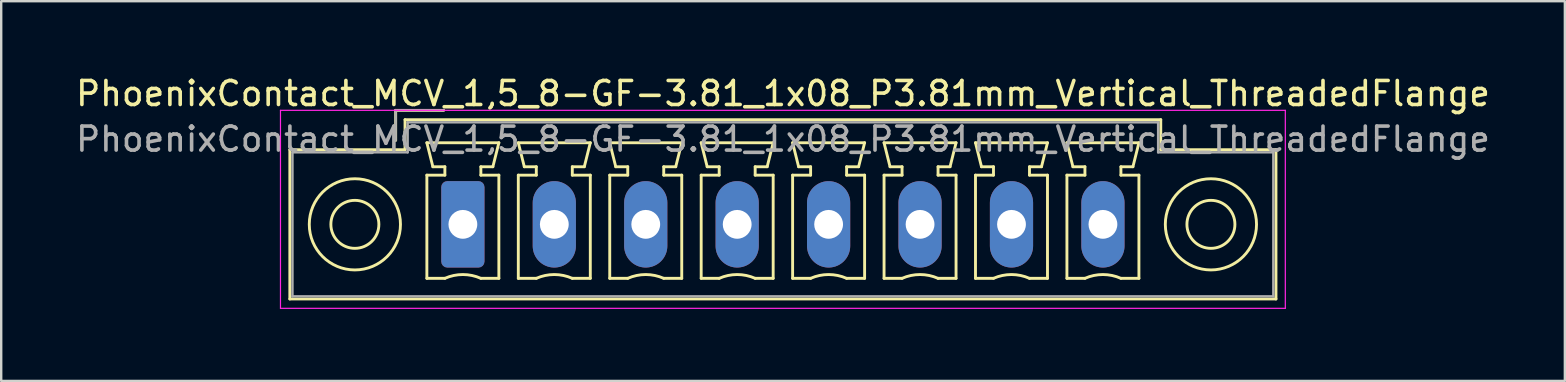
<source format=kicad_pcb>
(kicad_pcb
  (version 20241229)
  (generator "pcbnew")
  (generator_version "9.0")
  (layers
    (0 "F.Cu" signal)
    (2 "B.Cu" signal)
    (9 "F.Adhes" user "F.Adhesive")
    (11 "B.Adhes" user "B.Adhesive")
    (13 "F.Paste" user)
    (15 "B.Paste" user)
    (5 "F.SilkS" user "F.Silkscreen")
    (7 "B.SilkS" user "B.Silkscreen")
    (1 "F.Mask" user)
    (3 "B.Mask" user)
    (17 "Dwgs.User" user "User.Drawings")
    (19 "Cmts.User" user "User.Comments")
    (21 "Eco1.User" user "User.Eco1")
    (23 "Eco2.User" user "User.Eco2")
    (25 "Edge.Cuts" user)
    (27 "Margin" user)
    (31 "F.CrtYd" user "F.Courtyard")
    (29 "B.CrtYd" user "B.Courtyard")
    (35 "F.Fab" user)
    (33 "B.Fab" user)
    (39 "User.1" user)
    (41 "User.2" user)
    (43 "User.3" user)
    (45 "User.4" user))
  (footprint "PhoenixContact_MCV_1,5_8-GF-3.81_1x08_P3.81mm_Vertical_ThreadedFlange"
    (layer "F.Cu")
    (at 16.237 6.298)
    (property "Reference" "PhoenixContact_MCV_1,5_8-GF-3.81_1x08_P3.81mm_Vertical_ThreadedFlange" (at 13.34 -5.45 0) (layer "F.SilkS") (effects (font (size 1 1) (thickness 0.15))))
    (attr through_hole)
    (fp_line (start -7.21 -3.11) (end -7.21 3.11) (stroke (width 0.12) (type solid)) (layer "F.SilkS"))
    (fp_line (start -7.21 3.11) (end 33.88 3.11) (stroke (width 0.12) (type solid)) (layer "F.SilkS"))
    (fp_line (start -2.8 -4.75) (end -0.8 -4.75) (stroke (width 0.12) (type solid)) (layer "F.SilkS"))
    (fp_line (start -2.8 -3.5) (end -2.8 -4.75) (stroke (width 0.12) (type solid)) (layer "F.SilkS"))
    (fp_line (start -2.41 -4.36) (end -2.41 -3.11) (stroke (width 0.12) (type solid)) (layer "F.SilkS"))
    (fp_line (start -2.41 -3.11) (end -7.21 -3.11) (stroke (width 0.12) (type solid)) (layer "F.SilkS"))
    (fp_line (start -1.5 -3.4) (end 1.5 -3.4) (stroke (width 0.12) (type solid)) (layer "F.SilkS"))
    (fp_line (start -1.5 -2.05) (end -0.75 -2.05) (stroke (width 0.12) (type solid)) (layer "F.SilkS"))
    (fp_line (start -1.5 2.25) (end -1.5 -2.05) (stroke (width 0.12) (type solid)) (layer "F.SilkS"))
    (fp_line (start -1.25 -2.4) (end -1.5 -3.4) (stroke (width 0.12) (type solid)) (layer "F.SilkS"))
    (fp_line (start -0.75 -2.4) (end -1.25 -2.4) (stroke (width 0.12) (type solid)) (layer "F.SilkS"))
    (fp_line (start -0.75 -2.05) (end -0.75 -2.4) (stroke (width 0.12) (type solid)) (layer "F.SilkS"))
    (fp_line (start -0.75 2.25) (end -1.5 2.25) (stroke (width 0.12) (type solid)) (layer "F.SilkS"))
    (fp_line (start 0.75 -2.4) (end 0.75 -2.05) (stroke (width 0.12) (type solid)) (layer "F.SilkS"))
    (fp_line (start 0.75 -2.05) (end 1.5 -2.05) (stroke (width 0.12) (type solid)) (layer "F.SilkS"))
    (fp_line (start 1.25 -2.4) (end 0.75 -2.4) (stroke (width 0.12) (type solid)) (layer "F.SilkS"))
    (fp_line (start 1.5 -3.4) (end 1.25 -2.4) (stroke (width 0.12) (type solid)) (layer "F.SilkS"))
    (fp_line (start 1.5 -2.05) (end 1.5 2.25) (stroke (width 0.12) (type solid)) (layer "F.SilkS"))
    (fp_line (start 1.5 2.25) (end 0.75 2.25) (stroke (width 0.12) (type solid)) (layer "F.SilkS"))
    (fp_line (start 2.31 -3.4) (end 5.31 -3.4) (stroke (width 0.12) (type solid)) (layer "F.SilkS"))
    (fp_line (start 2.31 -2.05) (end 3.06 -2.05) (stroke (width 0.12) (type solid)) (layer "F.SilkS"))
    (fp_line (start 2.31 2.25) (end 2.31 -2.05) (stroke (width 0.12) (type solid)) (layer "F.SilkS"))
    (fp_line (start 2.56 -2.4) (end 2.31 -3.4) (stroke (width 0.12) (type solid)) (layer "F.SilkS"))
    (fp_line (start 3.06 -2.4) (end 2.56 -2.4) (stroke (width 0.12) (type solid)) (layer "F.SilkS"))
    (fp_line (start 3.06 -2.05) (end 3.06 -2.4) (stroke (width 0.12) (type solid)) (layer "F.SilkS"))
    (fp_line (start 3.06 2.25) (end 2.31 2.25) (stroke (width 0.12) (type solid)) (layer "F.SilkS"))
    (fp_line (start 4.56 -2.4) (end 4.56 -2.05) (stroke (width 0.12) (type solid)) (layer "F.SilkS"))
    (fp_line (start 4.56 -2.05) (end 5.31 -2.05) (stroke (width 0.12) (type solid)) (layer "F.SilkS"))
    (fp_line (start 5.06 -2.4) (end 4.56 -2.4) (stroke (width 0.12) (type solid)) (layer "F.SilkS"))
    (fp_line (start 5.31 -3.4) (end 5.06 -2.4) (stroke (width 0.12) (type solid)) (layer "F.SilkS"))
    (fp_line (start 5.31 -2.05) (end 5.31 2.25) (stroke (width 0.12) (type solid)) (layer "F.SilkS"))
    (fp_line (start 5.31 2.25) (end 4.56 2.25) (stroke (width 0.12) (type solid)) (layer "F.SilkS"))
    (fp_line (start 6.12 -3.4) (end 9.12 -3.4) (stroke (width 0.12) (type solid)) (layer "F.SilkS"))
    (fp_line (start 6.12 -2.05) (end 6.87 -2.05) (stroke (width 0.12) (type solid)) (layer "F.SilkS"))
    (fp_line (start 6.12 2.25) (end 6.12 -2.05) (stroke (width 0.12) (type solid)) (layer "F.SilkS"))
    (fp_line (start 6.37 -2.4) (end 6.12 -3.4) (stroke (width 0.12) (type solid)) (layer "F.SilkS"))
    (fp_line (start 6.87 -2.4) (end 6.37 -2.4) (stroke (width 0.12) (type solid)) (layer "F.SilkS"))
    (fp_line (start 6.87 -2.05) (end 6.87 -2.4) (stroke (width 0.12) (type solid)) (layer "F.SilkS"))
    (fp_line (start 6.87 2.25) (end 6.12 2.25) (stroke (width 0.12) (type solid)) (layer "F.SilkS"))
    (fp_line (start 8.37 -2.4) (end 8.37 -2.05) (stroke (width 0.12) (type solid)) (layer "F.SilkS"))
    (fp_line (start 8.37 -2.05) (end 9.12 -2.05) (stroke (width 0.12) (type solid)) (layer "F.SilkS"))
    (fp_line (start 8.87 -2.4) (end 8.37 -2.4) (stroke (width 0.12) (type solid)) (layer "F.SilkS"))
    (fp_line (start 9.12 -3.4) (end 8.87 -2.4) (stroke (width 0.12) (type solid)) (layer "F.SilkS"))
    (fp_line (start 9.12 -2.05) (end 9.12 2.25) (stroke (width 0.12) (type solid)) (layer "F.SilkS"))
    (fp_line (start 9.12 2.25) (end 8.37 2.25) (stroke (width 0.12) (type solid)) (layer "F.SilkS"))
    (fp_line (start 9.93 -3.4) (end 12.93 -3.4) (stroke (width 0.12) (type solid)) (layer "F.SilkS"))
    (fp_line (start 9.93 -2.05) (end 10.68 -2.05) (stroke (width 0.12) (type solid)) (layer "F.SilkS"))
    (fp_line (start 9.93 2.25) (end 9.93 -2.05) (stroke (width 0.12) (type solid)) (layer "F.SilkS"))
    (fp_line (start 10.18 -2.4) (end 9.93 -3.4) (stroke (width 0.12) (type solid)) (layer "F.SilkS"))
    (fp_line (start 10.68 -2.4) (end 10.18 -2.4) (stroke (width 0.12) (type solid)) (layer "F.SilkS"))
    (fp_line (start 10.68 -2.05) (end 10.68 -2.4) (stroke (width 0.12) (type solid)) (layer "F.SilkS"))
    (fp_line (start 10.68 2.25) (end 9.93 2.25) (stroke (width 0.12) (type solid)) (layer "F.SilkS"))
    (fp_line (start 12.18 -2.4) (end 12.18 -2.05) (stroke (width 0.12) (type solid)) (layer "F.SilkS"))
    (fp_line (start 12.18 -2.05) (end 12.93 -2.05) (stroke (width 0.12) (type solid)) (layer "F.SilkS"))
    (fp_line (start 12.68 -2.4) (end 12.18 -2.4) (stroke (width 0.12) (type solid)) (layer "F.SilkS"))
    (fp_line (start 12.93 -3.4) (end 12.68 -2.4) (stroke (width 0.12) (type solid)) (layer "F.SilkS"))
    (fp_line (start 12.93 -2.05) (end 12.93 2.25) (stroke (width 0.12) (type solid)) (layer "F.SilkS"))
    (fp_line (start 12.93 2.25) (end 12.18 2.25) (stroke (width 0.12) (type solid)) (layer "F.SilkS"))
    (fp_line (start 13.74 -3.4) (end 16.74 -3.4) (stroke (width 0.12) (type solid)) (layer "F.SilkS"))
    (fp_line (start 13.74 -2.05) (end 14.49 -2.05) (stroke (width 0.12) (type solid)) (layer "F.SilkS"))
    (fp_line (start 13.74 2.25) (end 13.74 -2.05) (stroke (width 0.12) (type solid)) (layer "F.SilkS"))
    (fp_line (start 13.99 -2.4) (end 13.74 -3.4) (stroke (width 0.12) (type solid)) (layer "F.SilkS"))
    (fp_line (start 14.49 -2.4) (end 13.99 -2.4) (stroke (width 0.12) (type solid)) (layer "F.SilkS"))
    (fp_line (start 14.49 -2.05) (end 14.49 -2.4) (stroke (width 0.12) (type solid)) (layer "F.SilkS"))
    (fp_line (start 14.49 2.25) (end 13.74 2.25) (stroke (width 0.12) (type solid)) (layer "F.SilkS"))
    (fp_line (start 15.99 -2.4) (end 15.99 -2.05) (stroke (width 0.12) (type solid)) (layer "F.SilkS"))
    (fp_line (start 15.99 -2.05) (end 16.74 -2.05) (stroke (width 0.12) (type solid)) (layer "F.SilkS"))
    (fp_line (start 16.49 -2.4) (end 15.99 -2.4) (stroke (width 0.12) (type solid)) (layer "F.SilkS"))
    (fp_line (start 16.74 -3.4) (end 16.49 -2.4) (stroke (width 0.12) (type solid)) (layer "F.SilkS"))
    (fp_line (start 16.74 -2.05) (end 16.74 2.25) (stroke (width 0.12) (type solid)) (layer "F.SilkS"))
    (fp_line (start 16.74 2.25) (end 15.99 2.25) (stroke (width 0.12) (type solid)) (layer "F.SilkS"))
    (fp_line (start 17.55 -3.4) (end 20.55 -3.4) (stroke (width 0.12) (type solid)) (layer "F.SilkS"))
    (fp_line (start 17.55 -2.05) (end 18.3 -2.05) (stroke (width 0.12) (type solid)) (layer "F.SilkS"))
    (fp_line (start 17.55 2.25) (end 17.55 -2.05) (stroke (width 0.12) (type solid)) (layer "F.SilkS"))
    (fp_line (start 17.8 -2.4) (end 17.55 -3.4) (stroke (width 0.12) (type solid)) (layer "F.SilkS"))
    (fp_line (start 18.3 -2.4) (end 17.8 -2.4) (stroke (width 0.12) (type solid)) (layer "F.SilkS"))
    (fp_line (start 18.3 -2.05) (end 18.3 -2.4) (stroke (width 0.12) (type solid)) (layer "F.SilkS"))
    (fp_line (start 18.3 2.25) (end 17.55 2.25) (stroke (width 0.12) (type solid)) (layer "F.SilkS"))
    (fp_line (start 19.8 -2.4) (end 19.8 -2.05) (stroke (width 0.12) (type solid)) (layer "F.SilkS"))
    (fp_line (start 19.8 -2.05) (end 20.55 -2.05) (stroke (width 0.12) (type solid)) (layer "F.SilkS"))
    (fp_line (start 20.3 -2.4) (end 19.8 -2.4) (stroke (width 0.12) (type solid)) (layer "F.SilkS"))
    (fp_line (start 20.55 -3.4) (end 20.3 -2.4) (stroke (width 0.12) (type solid)) (layer "F.SilkS"))
    (fp_line (start 20.55 -2.05) (end 20.55 2.25) (stroke (width 0.12) (type solid)) (layer "F.SilkS"))
    (fp_line (start 20.55 2.25) (end 19.8 2.25) (stroke (width 0.12) (type solid)) (layer "F.SilkS"))
    (fp_line (start 21.36 -3.4) (end 24.36 -3.4) (stroke (width 0.12) (type solid)) (layer "F.SilkS"))
    (fp_line (start 21.36 -2.05) (end 22.11 -2.05) (stroke (width 0.12) (type solid)) (layer "F.SilkS"))
    (fp_line (start 21.36 2.25) (end 21.36 -2.05) (stroke (width 0.12) (type solid)) (layer "F.SilkS"))
    (fp_line (start 21.61 -2.4) (end 21.36 -3.4) (stroke (width 0.12) (type solid)) (layer "F.SilkS"))
    (fp_line (start 22.11 -2.4) (end 21.61 -2.4) (stroke (width 0.12) (type solid)) (layer "F.SilkS"))
    (fp_line (start 22.11 -2.05) (end 22.11 -2.4) (stroke (width 0.12) (type solid)) (layer "F.SilkS"))
    (fp_line (start 22.11 2.25) (end 21.36 2.25) (stroke (width 0.12) (type solid)) (layer "F.SilkS"))
    (fp_line (start 23.61 -2.4) (end 23.61 -2.05) (stroke (width 0.12) (type solid)) (layer "F.SilkS"))
    (fp_line (start 23.61 -2.05) (end 24.36 -2.05) (stroke (width 0.12) (type solid)) (layer "F.SilkS"))
    (fp_line (start 24.11 -2.4) (end 23.61 -2.4) (stroke (width 0.12) (type solid)) (layer "F.SilkS"))
    (fp_line (start 24.36 -3.4) (end 24.11 -2.4) (stroke (width 0.12) (type solid)) (layer "F.SilkS"))
    (fp_line (start 24.36 -2.05) (end 24.36 2.25) (stroke (width 0.12) (type solid)) (layer "F.SilkS"))
    (fp_line (start 24.36 2.25) (end 23.61 2.25) (stroke (width 0.12) (type solid)) (layer "F.SilkS"))
    (fp_line (start 25.17 -3.4) (end 28.17 -3.4) (stroke (width 0.12) (type solid)) (layer "F.SilkS"))
    (fp_line (start 25.17 -2.05) (end 25.92 -2.05) (stroke (width 0.12) (type solid)) (layer "F.SilkS"))
    (fp_line (start 25.17 2.25) (end 25.17 -2.05) (stroke (width 0.12) (type solid)) (layer "F.SilkS"))
    (fp_line (start 25.42 -2.4) (end 25.17 -3.4) (stroke (width 0.12) (type solid)) (layer "F.SilkS"))
    (fp_line (start 25.92 -2.4) (end 25.42 -2.4) (stroke (width 0.12) (type solid)) (layer "F.SilkS"))
    (fp_line (start 25.92 -2.05) (end 25.92 -2.4) (stroke (width 0.12) (type solid)) (layer "F.SilkS"))
    (fp_line (start 25.92 2.25) (end 25.17 2.25) (stroke (width 0.12) (type solid)) (layer "F.SilkS"))
    (fp_line (start 27.42 -2.4) (end 27.42 -2.05) (stroke (width 0.12) (type solid)) (layer "F.SilkS"))
    (fp_line (start 27.42 -2.05) (end 28.17 -2.05) (stroke (width 0.12) (type solid)) (layer "F.SilkS"))
    (fp_line (start 27.92 -2.4) (end 27.42 -2.4) (stroke (width 0.12) (type solid)) (layer "F.SilkS"))
    (fp_line (start 28.17 -3.4) (end 27.92 -2.4) (stroke (width 0.12) (type solid)) (layer "F.SilkS"))
    (fp_line (start 28.17 -2.05) (end 28.17 2.25) (stroke (width 0.12) (type solid)) (layer "F.SilkS"))
    (fp_line (start 28.17 2.25) (end 27.42 2.25) (stroke (width 0.12) (type solid)) (layer "F.SilkS"))
    (fp_line (start 29.08 -4.36) (end -2.41 -4.36) (stroke (width 0.12) (type solid)) (layer "F.SilkS"))
    (fp_line (start 29.08 -3.11) (end 29.08 -4.36) (stroke (width 0.12) (type solid)) (layer "F.SilkS"))
    (fp_line (start 33.88 -3.11) (end 29.08 -3.11) (stroke (width 0.12) (type solid)) (layer "F.SilkS"))
    (fp_line (start 33.88 3.11) (end 33.88 -3.11) (stroke (width 0.12) (type solid)) (layer "F.SilkS"))
    (fp_arc (start -0.75 2.25) (mid -0.000193 2.09191) (end 0.749647 2.249844) (stroke (width 0.12) (type solid)) (layer "F.SilkS"))
    (fp_arc (start 3.06 2.25) (mid 3.809807 2.09191) (end 4.559647 2.249844) (stroke (width 0.12) (type solid)) (layer "F.SilkS"))
    (fp_arc (start 6.87 2.25) (mid 7.619807 2.09191) (end 8.369647 2.249844) (stroke (width 0.12) (type solid)) (layer "F.SilkS"))
    (fp_arc (start 10.68 2.25) (mid 11.429807 2.09191) (end 12.179647 2.249844) (stroke (width 0.12) (type solid)) (layer "F.SilkS"))
    (fp_arc (start 14.49 2.25) (mid 15.239807 2.09191) (end 15.989647 2.249844) (stroke (width 0.12) (type solid)) (layer "F.SilkS"))
    (fp_arc (start 18.3 2.25) (mid 19.049807 2.09191) (end 19.799647 2.249844) (stroke (width 0.12) (type solid)) (layer "F.SilkS"))
    (fp_arc (start 22.11 2.25) (mid 22.859807 2.09191) (end 23.609647 2.249844) (stroke (width 0.12) (type solid)) (layer "F.SilkS"))
    (fp_arc (start 25.92 2.25) (mid 26.669807 2.09191) (end 27.419647 2.249844) (stroke (width 0.12) (type solid)) (layer "F.SilkS"))
    (fp_circle (center -4.5 0) (end -3.5 0) (stroke (width 0.12) (type solid)) (fill no) (layer "F.SilkS"))
    (fp_circle (center -4.5 0) (end -2.6 0) (stroke (width 0.12) (type solid)) (fill no) (layer "F.SilkS"))
    (fp_circle (center 31.17 0) (end 32.17 0) (stroke (width 0.12) (type solid)) (fill no) (layer "F.SilkS"))
    (fp_circle (center 31.17 0) (end 33.07 0) (stroke (width 0.12) (type solid)) (fill no) (layer "F.SilkS"))
    (fp_line (start -7.6 -4.75) (end -7.6 3.5) (stroke (width 0.05) (type solid)) (layer "F.CrtYd"))
    (fp_line (start -7.6 3.5) (end 34.27 3.5) (stroke (width 0.05) (type solid)) (layer "F.CrtYd"))
    (fp_line (start 34.27 -4.75) (end -7.6 -4.75) (stroke (width 0.05) (type solid)) (layer "F.CrtYd"))
    (fp_line (start 34.27 3.5) (end 34.27 -4.75) (stroke (width 0.05) (type solid)) (layer "F.CrtYd"))
    (fp_line (start -7.1 -3) (end -7.1 3) (stroke (width 0.1) (type solid)) (layer "F.Fab"))
    (fp_line (start -7.1 3) (end 33.77 3) (stroke (width 0.1) (type solid)) (layer "F.Fab"))
    (fp_line (start -2.8 -4.75) (end -0.8 -4.75) (stroke (width 0.1) (type solid)) (layer "F.Fab"))
    (fp_line (start -2.8 -3.5) (end -2.8 -4.75) (stroke (width 0.1) (type solid)) (layer "F.Fab"))
    (fp_line (start -2.3 -4.25) (end -2.3 -3) (stroke (width 0.1) (type solid)) (layer "F.Fab"))
    (fp_line (start -2.3 -3) (end -7.1 -3) (stroke (width 0.1) (type solid)) (layer "F.Fab"))
    (fp_line (start 28.97 -4.25) (end -2.3 -4.25) (stroke (width 0.1) (type solid)) (layer "F.Fab"))
    (fp_line (start 28.97 -3) (end 28.97 -4.25) (stroke (width 0.1) (type solid)) (layer "F.Fab"))
    (fp_line (start 33.77 -3) (end 28.97 -3) (stroke (width 0.1) (type solid)) (layer "F.Fab"))
    (fp_line (start 33.77 3) (end 33.77 -3) (stroke (width 0.1) (type solid)) (layer "F.Fab"))
    (fp_text user "${REFERENCE}" (at 13.34 -3.55 0) (layer "F.Fab") (effects (font (size 1 1) (thickness 0.15))))
    (pad "1" thru_hole roundrect (at 0 0) (size 1.8 3.6) (drill 1.2) (layers "*.Cu" "*.Mask") (roundrect_rratio 0.139))
    (pad "2" thru_hole oval (at 3.81 0) (size 1.8 3.6) (drill 1.2) (layers "*.Cu" "*.Mask"))
    (pad "3" thru_hole oval (at 7.62 0) (size 1.8 3.6) (drill 1.2) (layers "*.Cu" "*.Mask"))
    (pad "4" thru_hole oval (at 11.43 0) (size 1.8 3.6) (drill 1.2) (layers "*.Cu" "*.Mask"))
    (pad "5" thru_hole oval (at 15.24 0) (size 1.8 3.6) (drill 1.2) (layers "*.Cu" "*.Mask"))
    (pad "6" thru_hole oval (at 19.05 0) (size 1.8 3.6) (drill 1.2) (layers "*.Cu" "*.Mask"))
    (pad "7" thru_hole oval (at 22.86 0) (size 1.8 3.6) (drill 1.2) (layers "*.Cu" "*.Mask"))
    (pad "8" thru_hole oval (at 26.67 0) (size 1.8 3.6) (drill 1.2) (layers "*.Cu" "*.Mask")))
  (gr_rect
    (start -3 -3)
    (end 62.155 12.823)
    (stroke (width 0.1) (type default))
    (fill no)
    (layer "Edge.Cuts")))
</source>
